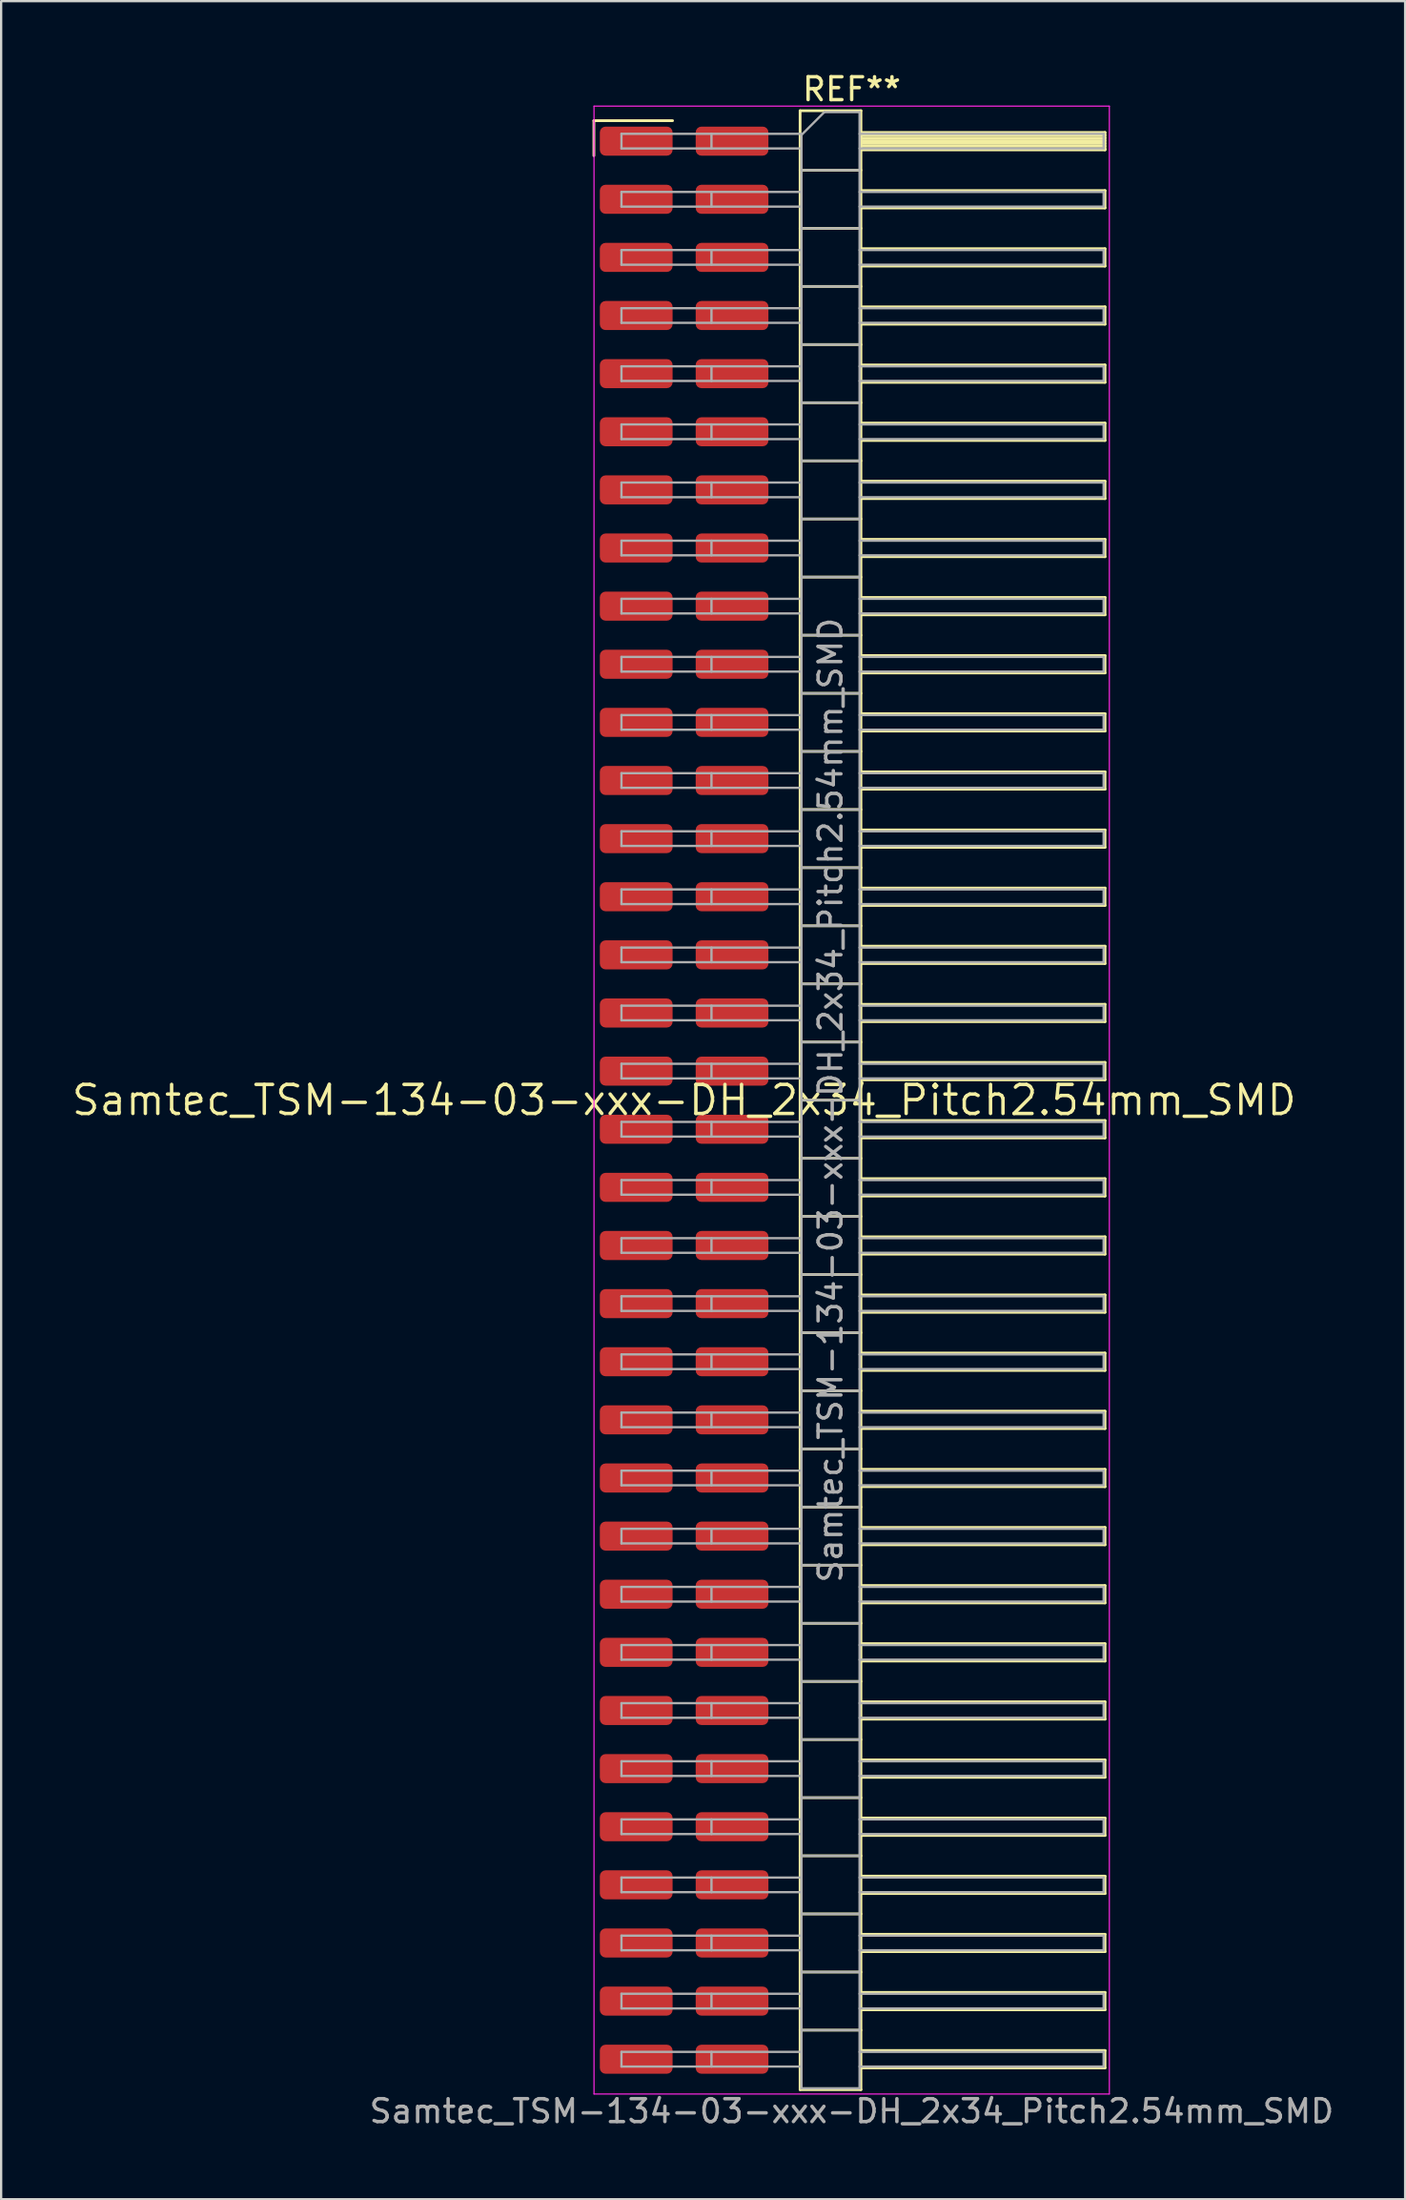
<source format=kicad_pcb>
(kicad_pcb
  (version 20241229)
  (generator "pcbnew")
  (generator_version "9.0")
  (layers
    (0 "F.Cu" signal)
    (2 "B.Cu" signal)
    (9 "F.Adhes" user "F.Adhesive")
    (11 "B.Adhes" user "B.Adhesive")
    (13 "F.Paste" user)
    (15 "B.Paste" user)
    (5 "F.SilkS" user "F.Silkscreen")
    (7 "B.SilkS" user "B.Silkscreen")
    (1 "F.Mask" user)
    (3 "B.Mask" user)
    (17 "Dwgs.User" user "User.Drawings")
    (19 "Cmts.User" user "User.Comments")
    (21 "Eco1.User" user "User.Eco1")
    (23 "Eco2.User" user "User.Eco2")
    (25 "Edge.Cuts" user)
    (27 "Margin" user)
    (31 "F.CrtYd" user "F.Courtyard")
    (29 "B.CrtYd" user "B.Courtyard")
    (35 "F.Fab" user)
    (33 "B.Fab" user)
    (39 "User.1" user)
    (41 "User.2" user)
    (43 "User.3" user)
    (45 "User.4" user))
  (footprint "Samtec_TSM-134-03-xxx-DH_2x34_Pitch2.54mm_SMD"
    (layer "F.Cu")
    (at 26.859 45.028)
    (property "Reference" "Samtec_TSM-134-03-xxx-DH_2x34_Pitch2.54mm_SMD" (at 0 0 0) (layer "F.SilkS") (effects (font (size 1.27 1.27) (thickness 0.15))))
    (attr smd)
    (fp_line (start -3.945 -42.805) (end -0.505 -42.805) (stroke (width 0.12) (type solid)) (layer "F.SilkS"))
    (fp_line (start -3.945 -41.275) (end -3.945 -42.805) (stroke (width 0.12) (type solid)) (layer "F.SilkS"))
    (fp_line (start 5.07 -43.24) (end 7.73 -43.24) (stroke (width 0.12) (type solid)) (layer "F.SilkS"))
    (fp_line (start 5.07 -40.64) (end 7.73 -40.64) (stroke (width 0.12) (type solid)) (layer "F.SilkS"))
    (fp_line (start 5.07 -38.1) (end 7.73 -38.1) (stroke (width 0.12) (type solid)) (layer "F.SilkS"))
    (fp_line (start 5.07 -35.56) (end 7.73 -35.56) (stroke (width 0.12) (type solid)) (layer "F.SilkS"))
    (fp_line (start 5.07 -33.02) (end 7.73 -33.02) (stroke (width 0.12) (type solid)) (layer "F.SilkS"))
    (fp_line (start 5.07 -30.48) (end 7.73 -30.48) (stroke (width 0.12) (type solid)) (layer "F.SilkS"))
    (fp_line (start 5.07 -27.94) (end 7.73 -27.94) (stroke (width 0.12) (type solid)) (layer "F.SilkS"))
    (fp_line (start 5.07 -25.4) (end 7.73 -25.4) (stroke (width 0.12) (type solid)) (layer "F.SilkS"))
    (fp_line (start 5.07 -22.86) (end 7.73 -22.86) (stroke (width 0.12) (type solid)) (layer "F.SilkS"))
    (fp_line (start 5.07 -20.32) (end 7.73 -20.32) (stroke (width 0.12) (type solid)) (layer "F.SilkS"))
    (fp_line (start 5.07 -17.78) (end 7.73 -17.78) (stroke (width 0.12) (type solid)) (layer "F.SilkS"))
    (fp_line (start 5.07 -15.24) (end 7.73 -15.24) (stroke (width 0.12) (type solid)) (layer "F.SilkS"))
    (fp_line (start 5.07 -12.7) (end 7.73 -12.7) (stroke (width 0.12) (type solid)) (layer "F.SilkS"))
    (fp_line (start 5.07 -10.16) (end 7.73 -10.16) (stroke (width 0.12) (type solid)) (layer "F.SilkS"))
    (fp_line (start 5.07 -7.62) (end 7.73 -7.62) (stroke (width 0.12) (type solid)) (layer "F.SilkS"))
    (fp_line (start 5.07 -5.08) (end 7.73 -5.08) (stroke (width 0.12) (type solid)) (layer "F.SilkS"))
    (fp_line (start 5.07 -2.54) (end 7.73 -2.54) (stroke (width 0.12) (type solid)) (layer "F.SilkS"))
    (fp_line (start 5.07 0) (end 7.73 0) (stroke (width 0.12) (type solid)) (layer "F.SilkS"))
    (fp_line (start 5.07 2.54) (end 7.73 2.54) (stroke (width 0.12) (type solid)) (layer "F.SilkS"))
    (fp_line (start 5.07 5.08) (end 7.73 5.08) (stroke (width 0.12) (type solid)) (layer "F.SilkS"))
    (fp_line (start 5.07 7.62) (end 7.73 7.62) (stroke (width 0.12) (type solid)) (layer "F.SilkS"))
    (fp_line (start 5.07 10.16) (end 7.73 10.16) (stroke (width 0.12) (type solid)) (layer "F.SilkS"))
    (fp_line (start 5.07 12.7) (end 7.73 12.7) (stroke (width 0.12) (type solid)) (layer "F.SilkS"))
    (fp_line (start 5.07 15.24) (end 7.73 15.24) (stroke (width 0.12) (type solid)) (layer "F.SilkS"))
    (fp_line (start 5.07 17.78) (end 7.73 17.78) (stroke (width 0.12) (type solid)) (layer "F.SilkS"))
    (fp_line (start 5.07 20.32) (end 7.73 20.32) (stroke (width 0.12) (type solid)) (layer "F.SilkS"))
    (fp_line (start 5.07 22.86) (end 7.73 22.86) (stroke (width 0.12) (type solid)) (layer "F.SilkS"))
    (fp_line (start 5.07 25.4) (end 7.73 25.4) (stroke (width 0.12) (type solid)) (layer "F.SilkS"))
    (fp_line (start 5.07 27.94) (end 7.73 27.94) (stroke (width 0.12) (type solid)) (layer "F.SilkS"))
    (fp_line (start 5.07 30.48) (end 7.73 30.48) (stroke (width 0.12) (type solid)) (layer "F.SilkS"))
    (fp_line (start 5.07 33.02) (end 7.73 33.02) (stroke (width 0.12) (type solid)) (layer "F.SilkS"))
    (fp_line (start 5.07 35.56) (end 7.73 35.56) (stroke (width 0.12) (type solid)) (layer "F.SilkS"))
    (fp_line (start 5.07 38.1) (end 7.73 38.1) (stroke (width 0.12) (type solid)) (layer "F.SilkS"))
    (fp_line (start 5.07 40.64) (end 7.73 40.64) (stroke (width 0.12) (type solid)) (layer "F.SilkS"))
    (fp_line (start 5.07 43.24) (end 5.07 -43.24) (stroke (width 0.12) (type solid)) (layer "F.SilkS"))
    (fp_line (start 7.73 -43.24) (end 7.73 43.24) (stroke (width 0.12) (type solid)) (layer "F.SilkS"))
    (fp_line (start 7.73 -42.29) (end 18.4 -42.29) (stroke (width 0.12) (type solid)) (layer "F.SilkS"))
    (fp_line (start 7.73 -42.17) (end 18.4 -42.17) (stroke (width 0.12) (type solid)) (layer "F.SilkS"))
    (fp_line (start 7.73 -42.05) (end 18.4 -42.05) (stroke (width 0.12) (type solid)) (layer "F.SilkS"))
    (fp_line (start 7.73 -41.93) (end 18.4 -41.93) (stroke (width 0.12) (type solid)) (layer "F.SilkS"))
    (fp_line (start 7.73 -41.81) (end 18.4 -41.81) (stroke (width 0.12) (type solid)) (layer "F.SilkS"))
    (fp_line (start 7.73 -41.69) (end 18.4 -41.69) (stroke (width 0.12) (type solid)) (layer "F.SilkS"))
    (fp_line (start 7.73 -41.57) (end 18.4 -41.57) (stroke (width 0.12) (type solid)) (layer "F.SilkS"))
    (fp_line (start 7.73 -41.53) (end 18.4 -41.53) (stroke (width 0.12) (type solid)) (layer "F.SilkS"))
    (fp_line (start 7.73 -39.75) (end 18.4 -39.75) (stroke (width 0.12) (type solid)) (layer "F.SilkS"))
    (fp_line (start 7.73 -38.99) (end 18.4 -38.99) (stroke (width 0.12) (type solid)) (layer "F.SilkS"))
    (fp_line (start 7.73 -37.21) (end 18.4 -37.21) (stroke (width 0.12) (type solid)) (layer "F.SilkS"))
    (fp_line (start 7.73 -36.45) (end 18.4 -36.45) (stroke (width 0.12) (type solid)) (layer "F.SilkS"))
    (fp_line (start 7.73 -34.67) (end 18.4 -34.67) (stroke (width 0.12) (type solid)) (layer "F.SilkS"))
    (fp_line (start 7.73 -33.91) (end 18.4 -33.91) (stroke (width 0.12) (type solid)) (layer "F.SilkS"))
    (fp_line (start 7.73 -32.13) (end 18.4 -32.13) (stroke (width 0.12) (type solid)) (layer "F.SilkS"))
    (fp_line (start 7.73 -31.37) (end 18.4 -31.37) (stroke (width 0.12) (type solid)) (layer "F.SilkS"))
    (fp_line (start 7.73 -29.59) (end 18.4 -29.59) (stroke (width 0.12) (type solid)) (layer "F.SilkS"))
    (fp_line (start 7.73 -28.83) (end 18.4 -28.83) (stroke (width 0.12) (type solid)) (layer "F.SilkS"))
    (fp_line (start 7.73 -27.05) (end 18.4 -27.05) (stroke (width 0.12) (type solid)) (layer "F.SilkS"))
    (fp_line (start 7.73 -26.29) (end 18.4 -26.29) (stroke (width 0.12) (type solid)) (layer "F.SilkS"))
    (fp_line (start 7.73 -24.51) (end 18.4 -24.51) (stroke (width 0.12) (type solid)) (layer "F.SilkS"))
    (fp_line (start 7.73 -23.75) (end 18.4 -23.75) (stroke (width 0.12) (type solid)) (layer "F.SilkS"))
    (fp_line (start 7.73 -21.97) (end 18.4 -21.97) (stroke (width 0.12) (type solid)) (layer "F.SilkS"))
    (fp_line (start 7.73 -21.21) (end 18.4 -21.21) (stroke (width 0.12) (type solid)) (layer "F.SilkS"))
    (fp_line (start 7.73 -19.43) (end 18.4 -19.43) (stroke (width 0.12) (type solid)) (layer "F.SilkS"))
    (fp_line (start 7.73 -18.67) (end 18.4 -18.67) (stroke (width 0.12) (type solid)) (layer "F.SilkS"))
    (fp_line (start 7.73 -16.89) (end 18.4 -16.89) (stroke (width 0.12) (type solid)) (layer "F.SilkS"))
    (fp_line (start 7.73 -16.13) (end 18.4 -16.13) (stroke (width 0.12) (type solid)) (layer "F.SilkS"))
    (fp_line (start 7.73 -14.35) (end 18.4 -14.35) (stroke (width 0.12) (type solid)) (layer "F.SilkS"))
    (fp_line (start 7.73 -13.59) (end 18.4 -13.59) (stroke (width 0.12) (type solid)) (layer "F.SilkS"))
    (fp_line (start 7.73 -11.81) (end 18.4 -11.81) (stroke (width 0.12) (type solid)) (layer "F.SilkS"))
    (fp_line (start 7.73 -11.05) (end 18.4 -11.05) (stroke (width 0.12) (type solid)) (layer "F.SilkS"))
    (fp_line (start 7.73 -9.27) (end 18.4 -9.27) (stroke (width 0.12) (type solid)) (layer "F.SilkS"))
    (fp_line (start 7.73 -8.51) (end 18.4 -8.51) (stroke (width 0.12) (type solid)) (layer "F.SilkS"))
    (fp_line (start 7.73 -6.73) (end 18.4 -6.73) (stroke (width 0.12) (type solid)) (layer "F.SilkS"))
    (fp_line (start 7.73 -5.97) (end 18.4 -5.97) (stroke (width 0.12) (type solid)) (layer "F.SilkS"))
    (fp_line (start 7.73 -4.19) (end 18.4 -4.19) (stroke (width 0.12) (type solid)) (layer "F.SilkS"))
    (fp_line (start 7.73 -3.43) (end 18.4 -3.43) (stroke (width 0.12) (type solid)) (layer "F.SilkS"))
    (fp_line (start 7.73 -1.65) (end 18.4 -1.65) (stroke (width 0.12) (type solid)) (layer "F.SilkS"))
    (fp_line (start 7.73 -0.89) (end 18.4 -0.89) (stroke (width 0.12) (type solid)) (layer "F.SilkS"))
    (fp_line (start 7.73 0.89) (end 18.4 0.89) (stroke (width 0.12) (type solid)) (layer "F.SilkS"))
    (fp_line (start 7.73 1.65) (end 18.4 1.65) (stroke (width 0.12) (type solid)) (layer "F.SilkS"))
    (fp_line (start 7.73 3.43) (end 18.4 3.43) (stroke (width 0.12) (type solid)) (layer "F.SilkS"))
    (fp_line (start 7.73 4.19) (end 18.4 4.19) (stroke (width 0.12) (type solid)) (layer "F.SilkS"))
    (fp_line (start 7.73 5.97) (end 18.4 5.97) (stroke (width 0.12) (type solid)) (layer "F.SilkS"))
    (fp_line (start 7.73 6.73) (end 18.4 6.73) (stroke (width 0.12) (type solid)) (layer "F.SilkS"))
    (fp_line (start 7.73 8.51) (end 18.4 8.51) (stroke (width 0.12) (type solid)) (layer "F.SilkS"))
    (fp_line (start 7.73 9.27) (end 18.4 9.27) (stroke (width 0.12) (type solid)) (layer "F.SilkS"))
    (fp_line (start 7.73 11.05) (end 18.4 11.05) (stroke (width 0.12) (type solid)) (layer "F.SilkS"))
    (fp_line (start 7.73 11.81) (end 18.4 11.81) (stroke (width 0.12) (type solid)) (layer "F.SilkS"))
    (fp_line (start 7.73 13.59) (end 18.4 13.59) (stroke (width 0.12) (type solid)) (layer "F.SilkS"))
    (fp_line (start 7.73 14.35) (end 18.4 14.35) (stroke (width 0.12) (type solid)) (layer "F.SilkS"))
    (fp_line (start 7.73 16.13) (end 18.4 16.13) (stroke (width 0.12) (type solid)) (layer "F.SilkS"))
    (fp_line (start 7.73 16.89) (end 18.4 16.89) (stroke (width 0.12) (type solid)) (layer "F.SilkS"))
    (fp_line (start 7.73 18.67) (end 18.4 18.67) (stroke (width 0.12) (type solid)) (layer "F.SilkS"))
    (fp_line (start 7.73 19.43) (end 18.4 19.43) (stroke (width 0.12) (type solid)) (layer "F.SilkS"))
    (fp_line (start 7.73 21.21) (end 18.4 21.21) (stroke (width 0.12) (type solid)) (layer "F.SilkS"))
    (fp_line (start 7.73 21.97) (end 18.4 21.97) (stroke (width 0.12) (type solid)) (layer "F.SilkS"))
    (fp_line (start 7.73 23.75) (end 18.4 23.75) (stroke (width 0.12) (type solid)) (layer "F.SilkS"))
    (fp_line (start 7.73 24.51) (end 18.4 24.51) (stroke (width 0.12) (type solid)) (layer "F.SilkS"))
    (fp_line (start 7.73 26.29) (end 18.4 26.29) (stroke (width 0.12) (type solid)) (layer "F.SilkS"))
    (fp_line (start 7.73 27.05) (end 18.4 27.05) (stroke (width 0.12) (type solid)) (layer "F.SilkS"))
    (fp_line (start 7.73 28.83) (end 18.4 28.83) (stroke (width 0.12) (type solid)) (layer "F.SilkS"))
    (fp_line (start 7.73 29.59) (end 18.4 29.59) (stroke (width 0.12) (type solid)) (layer "F.SilkS"))
    (fp_line (start 7.73 31.37) (end 18.4 31.37) (stroke (width 0.12) (type solid)) (layer "F.SilkS"))
    (fp_line (start 7.73 32.13) (end 18.4 32.13) (stroke (width 0.12) (type solid)) (layer "F.SilkS"))
    (fp_line (start 7.73 33.91) (end 18.4 33.91) (stroke (width 0.12) (type solid)) (layer "F.SilkS"))
    (fp_line (start 7.73 34.67) (end 18.4 34.67) (stroke (width 0.12) (type solid)) (layer "F.SilkS"))
    (fp_line (start 7.73 36.45) (end 18.4 36.45) (stroke (width 0.12) (type solid)) (layer "F.SilkS"))
    (fp_line (start 7.73 37.21) (end 18.4 37.21) (stroke (width 0.12) (type solid)) (layer "F.SilkS"))
    (fp_line (start 7.73 38.99) (end 18.4 38.99) (stroke (width 0.12) (type solid)) (layer "F.SilkS"))
    (fp_line (start 7.73 39.75) (end 18.4 39.75) (stroke (width 0.12) (type solid)) (layer "F.SilkS"))
    (fp_line (start 7.73 41.53) (end 18.4 41.53) (stroke (width 0.12) (type solid)) (layer "F.SilkS"))
    (fp_line (start 7.73 42.29) (end 18.4 42.29) (stroke (width 0.12) (type solid)) (layer "F.SilkS"))
    (fp_line (start 7.73 43.24) (end 5.07 43.24) (stroke (width 0.12) (type solid)) (layer "F.SilkS"))
    (fp_line (start 18.4 -42.29) (end 18.4 -41.53) (stroke (width 0.12) (type solid)) (layer "F.SilkS"))
    (fp_line (start 18.4 -39.75) (end 18.4 -38.99) (stroke (width 0.12) (type solid)) (layer "F.SilkS"))
    (fp_line (start 18.4 -37.21) (end 18.4 -36.45) (stroke (width 0.12) (type solid)) (layer "F.SilkS"))
    (fp_line (start 18.4 -34.67) (end 18.4 -33.91) (stroke (width 0.12) (type solid)) (layer "F.SilkS"))
    (fp_line (start 18.4 -32.13) (end 18.4 -31.37) (stroke (width 0.12) (type solid)) (layer "F.SilkS"))
    (fp_line (start 18.4 -29.59) (end 18.4 -28.83) (stroke (width 0.12) (type solid)) (layer "F.SilkS"))
    (fp_line (start 18.4 -27.05) (end 18.4 -26.29) (stroke (width 0.12) (type solid)) (layer "F.SilkS"))
    (fp_line (start 18.4 -24.51) (end 18.4 -23.75) (stroke (width 0.12) (type solid)) (layer "F.SilkS"))
    (fp_line (start 18.4 -21.97) (end 18.4 -21.21) (stroke (width 0.12) (type solid)) (layer "F.SilkS"))
    (fp_line (start 18.4 -19.43) (end 18.4 -18.67) (stroke (width 0.12) (type solid)) (layer "F.SilkS"))
    (fp_line (start 18.4 -16.89) (end 18.4 -16.13) (stroke (width 0.12) (type solid)) (layer "F.SilkS"))
    (fp_line (start 18.4 -14.35) (end 18.4 -13.59) (stroke (width 0.12) (type solid)) (layer "F.SilkS"))
    (fp_line (start 18.4 -11.81) (end 18.4 -11.05) (stroke (width 0.12) (type solid)) (layer "F.SilkS"))
    (fp_line (start 18.4 -9.27) (end 18.4 -8.51) (stroke (width 0.12) (type solid)) (layer "F.SilkS"))
    (fp_line (start 18.4 -6.73) (end 18.4 -5.97) (stroke (width 0.12) (type solid)) (layer "F.SilkS"))
    (fp_line (start 18.4 -4.19) (end 18.4 -3.43) (stroke (width 0.12) (type solid)) (layer "F.SilkS"))
    (fp_line (start 18.4 -1.65) (end 18.4 -0.89) (stroke (width 0.12) (type solid)) (layer "F.SilkS"))
    (fp_line (start 18.4 0.89) (end 18.4 1.65) (stroke (width 0.12) (type solid)) (layer "F.SilkS"))
    (fp_line (start 18.4 3.43) (end 18.4 4.19) (stroke (width 0.12) (type solid)) (layer "F.SilkS"))
    (fp_line (start 18.4 5.97) (end 18.4 6.73) (stroke (width 0.12) (type solid)) (layer "F.SilkS"))
    (fp_line (start 18.4 8.51) (end 18.4 9.27) (stroke (width 0.12) (type solid)) (layer "F.SilkS"))
    (fp_line (start 18.4 11.05) (end 18.4 11.81) (stroke (width 0.12) (type solid)) (layer "F.SilkS"))
    (fp_line (start 18.4 13.59) (end 18.4 14.35) (stroke (width 0.12) (type solid)) (layer "F.SilkS"))
    (fp_line (start 18.4 16.13) (end 18.4 16.89) (stroke (width 0.12) (type solid)) (layer "F.SilkS"))
    (fp_line (start 18.4 18.67) (end 18.4 19.43) (stroke (width 0.12) (type solid)) (layer "F.SilkS"))
    (fp_line (start 18.4 21.21) (end 18.4 21.97) (stroke (width 0.12) (type solid)) (layer "F.SilkS"))
    (fp_line (start 18.4 23.75) (end 18.4 24.51) (stroke (width 0.12) (type solid)) (layer "F.SilkS"))
    (fp_line (start 18.4 26.29) (end 18.4 27.05) (stroke (width 0.12) (type solid)) (layer "F.SilkS"))
    (fp_line (start 18.4 28.83) (end 18.4 29.59) (stroke (width 0.12) (type solid)) (layer "F.SilkS"))
    (fp_line (start 18.4 31.37) (end 18.4 32.13) (stroke (width 0.12) (type solid)) (layer "F.SilkS"))
    (fp_line (start 18.4 33.91) (end 18.4 34.67) (stroke (width 0.12) (type solid)) (layer "F.SilkS"))
    (fp_line (start 18.4 36.45) (end 18.4 37.21) (stroke (width 0.12) (type solid)) (layer "F.SilkS"))
    (fp_line (start 18.4 38.99) (end 18.4 39.75) (stroke (width 0.12) (type solid)) (layer "F.SilkS"))
    (fp_line (start 18.4 41.53) (end 18.4 42.29) (stroke (width 0.12) (type solid)) (layer "F.SilkS"))
    (fp_line (start -3.94 -43.44) (end 18.59 -43.44) (stroke (width 0.05) (type solid)) (layer "F.CrtYd"))
    (fp_line (start -3.94 43.43) (end -3.94 -43.44) (stroke (width 0.05) (type solid)) (layer "F.CrtYd"))
    (fp_line (start 18.59 -43.44) (end 18.59 43.43) (stroke (width 0.05) (type solid)) (layer "F.CrtYd"))
    (fp_line (start 18.59 43.43) (end -3.94 43.43) (stroke (width 0.05) (type solid)) (layer "F.CrtYd"))
    (fp_line (start -2.74 -42.23) (end -2.74 -41.59) (stroke (width 0.1) (type solid)) (layer "F.Fab"))
    (fp_line (start -2.74 -42.23) (end 5.13 -42.23) (stroke (width 0.1) (type solid)) (layer "F.Fab"))
    (fp_line (start -2.74 -41.59) (end 5.13 -41.59) (stroke (width 0.1) (type solid)) (layer "F.Fab"))
    (fp_line (start -2.74 -39.69) (end -2.74 -39.05) (stroke (width 0.1) (type solid)) (layer "F.Fab"))
    (fp_line (start -2.74 -39.69) (end 5.13 -39.69) (stroke (width 0.1) (type solid)) (layer "F.Fab"))
    (fp_line (start -2.74 -39.05) (end 5.13 -39.05) (stroke (width 0.1) (type solid)) (layer "F.Fab"))
    (fp_line (start -2.74 -37.15) (end -2.74 -36.51) (stroke (width 0.1) (type solid)) (layer "F.Fab"))
    (fp_line (start -2.74 -37.15) (end 5.13 -37.15) (stroke (width 0.1) (type solid)) (layer "F.Fab"))
    (fp_line (start -2.74 -36.51) (end 5.13 -36.51) (stroke (width 0.1) (type solid)) (layer "F.Fab"))
    (fp_line (start -2.74 -34.61) (end -2.74 -33.97) (stroke (width 0.1) (type solid)) (layer "F.Fab"))
    (fp_line (start -2.74 -34.61) (end 5.13 -34.61) (stroke (width 0.1) (type solid)) (layer "F.Fab"))
    (fp_line (start -2.74 -33.97) (end 5.13 -33.97) (stroke (width 0.1) (type solid)) (layer "F.Fab"))
    (fp_line (start -2.74 -32.07) (end -2.74 -31.43) (stroke (width 0.1) (type solid)) (layer "F.Fab"))
    (fp_line (start -2.74 -32.07) (end 5.13 -32.07) (stroke (width 0.1) (type solid)) (layer "F.Fab"))
    (fp_line (start -2.74 -31.43) (end 5.13 -31.43) (stroke (width 0.1) (type solid)) (layer "F.Fab"))
    (fp_line (start -2.74 -29.53) (end -2.74 -28.89) (stroke (width 0.1) (type solid)) (layer "F.Fab"))
    (fp_line (start -2.74 -29.53) (end 5.13 -29.53) (stroke (width 0.1) (type solid)) (layer "F.Fab"))
    (fp_line (start -2.74 -28.89) (end 5.13 -28.89) (stroke (width 0.1) (type solid)) (layer "F.Fab"))
    (fp_line (start -2.74 -26.99) (end -2.74 -26.35) (stroke (width 0.1) (type solid)) (layer "F.Fab"))
    (fp_line (start -2.74 -26.99) (end 5.13 -26.99) (stroke (width 0.1) (type solid)) (layer "F.Fab"))
    (fp_line (start -2.74 -26.35) (end 5.13 -26.35) (stroke (width 0.1) (type solid)) (layer "F.Fab"))
    (fp_line (start -2.74 -24.45) (end -2.74 -23.81) (stroke (width 0.1) (type solid)) (layer "F.Fab"))
    (fp_line (start -2.74 -24.45) (end 5.13 -24.45) (stroke (width 0.1) (type solid)) (layer "F.Fab"))
    (fp_line (start -2.74 -23.81) (end 5.13 -23.81) (stroke (width 0.1) (type solid)) (layer "F.Fab"))
    (fp_line (start -2.74 -21.91) (end -2.74 -21.27) (stroke (width 0.1) (type solid)) (layer "F.Fab"))
    (fp_line (start -2.74 -21.91) (end 5.13 -21.91) (stroke (width 0.1) (type solid)) (layer "F.Fab"))
    (fp_line (start -2.74 -21.27) (end 5.13 -21.27) (stroke (width 0.1) (type solid)) (layer "F.Fab"))
    (fp_line (start -2.74 -19.37) (end -2.74 -18.73) (stroke (width 0.1) (type solid)) (layer "F.Fab"))
    (fp_line (start -2.74 -19.37) (end 5.13 -19.37) (stroke (width 0.1) (type solid)) (layer "F.Fab"))
    (fp_line (start -2.74 -18.73) (end 5.13 -18.73) (stroke (width 0.1) (type solid)) (layer "F.Fab"))
    (fp_line (start -2.74 -16.83) (end -2.74 -16.19) (stroke (width 0.1) (type solid)) (layer "F.Fab"))
    (fp_line (start -2.74 -16.83) (end 5.13 -16.83) (stroke (width 0.1) (type solid)) (layer "F.Fab"))
    (fp_line (start -2.74 -16.19) (end 5.13 -16.19) (stroke (width 0.1) (type solid)) (layer "F.Fab"))
    (fp_line (start -2.74 -14.29) (end -2.74 -13.65) (stroke (width 0.1) (type solid)) (layer "F.Fab"))
    (fp_line (start -2.74 -14.29) (end 5.13 -14.29) (stroke (width 0.1) (type solid)) (layer "F.Fab"))
    (fp_line (start -2.74 -13.65) (end 5.13 -13.65) (stroke (width 0.1) (type solid)) (layer "F.Fab"))
    (fp_line (start -2.74 -11.75) (end -2.74 -11.11) (stroke (width 0.1) (type solid)) (layer "F.Fab"))
    (fp_line (start -2.74 -11.75) (end 5.13 -11.75) (stroke (width 0.1) (type solid)) (layer "F.Fab"))
    (fp_line (start -2.74 -11.11) (end 5.13 -11.11) (stroke (width 0.1) (type solid)) (layer "F.Fab"))
    (fp_line (start -2.74 -9.21) (end -2.74 -8.57) (stroke (width 0.1) (type solid)) (layer "F.Fab"))
    (fp_line (start -2.74 -9.21) (end 5.13 -9.21) (stroke (width 0.1) (type solid)) (layer "F.Fab"))
    (fp_line (start -2.74 -8.57) (end 5.13 -8.57) (stroke (width 0.1) (type solid)) (layer "F.Fab"))
    (fp_line (start -2.74 -6.67) (end -2.74 -6.03) (stroke (width 0.1) (type solid)) (layer "F.Fab"))
    (fp_line (start -2.74 -6.67) (end 5.13 -6.67) (stroke (width 0.1) (type solid)) (layer "F.Fab"))
    (fp_line (start -2.74 -6.03) (end 5.13 -6.03) (stroke (width 0.1) (type solid)) (layer "F.Fab"))
    (fp_line (start -2.74 -4.13) (end -2.74 -3.49) (stroke (width 0.1) (type solid)) (layer "F.Fab"))
    (fp_line (start -2.74 -4.13) (end 5.13 -4.13) (stroke (width 0.1) (type solid)) (layer "F.Fab"))
    (fp_line (start -2.74 -3.49) (end 5.13 -3.49) (stroke (width 0.1) (type solid)) (layer "F.Fab"))
    (fp_line (start -2.74 -1.59) (end -2.74 -0.95) (stroke (width 0.1) (type solid)) (layer "F.Fab"))
    (fp_line (start -2.74 -1.59) (end 5.13 -1.59) (stroke (width 0.1) (type solid)) (layer "F.Fab"))
    (fp_line (start -2.74 -0.95) (end 5.13 -0.95) (stroke (width 0.1) (type solid)) (layer "F.Fab"))
    (fp_line (start -2.74 0.95) (end -2.74 1.59) (stroke (width 0.1) (type solid)) (layer "F.Fab"))
    (fp_line (start -2.74 0.95) (end 5.13 0.95) (stroke (width 0.1) (type solid)) (layer "F.Fab"))
    (fp_line (start -2.74 1.59) (end 5.13 1.59) (stroke (width 0.1) (type solid)) (layer "F.Fab"))
    (fp_line (start -2.74 3.49) (end -2.74 4.13) (stroke (width 0.1) (type solid)) (layer "F.Fab"))
    (fp_line (start -2.74 3.49) (end 5.13 3.49) (stroke (width 0.1) (type solid)) (layer "F.Fab"))
    (fp_line (start -2.74 4.13) (end 5.13 4.13) (stroke (width 0.1) (type solid)) (layer "F.Fab"))
    (fp_line (start -2.74 6.03) (end -2.74 6.67) (stroke (width 0.1) (type solid)) (layer "F.Fab"))
    (fp_line (start -2.74 6.03) (end 5.13 6.03) (stroke (width 0.1) (type solid)) (layer "F.Fab"))
    (fp_line (start -2.74 6.67) (end 5.13 6.67) (stroke (width 0.1) (type solid)) (layer "F.Fab"))
    (fp_line (start -2.74 8.57) (end -2.74 9.21) (stroke (width 0.1) (type solid)) (layer "F.Fab"))
    (fp_line (start -2.74 8.57) (end 5.13 8.57) (stroke (width 0.1) (type solid)) (layer "F.Fab"))
    (fp_line (start -2.74 9.21) (end 5.13 9.21) (stroke (width 0.1) (type solid)) (layer "F.Fab"))
    (fp_line (start -2.74 11.11) (end -2.74 11.75) (stroke (width 0.1) (type solid)) (layer "F.Fab"))
    (fp_line (start -2.74 11.11) (end 5.13 11.11) (stroke (width 0.1) (type solid)) (layer "F.Fab"))
    (fp_line (start -2.74 11.75) (end 5.13 11.75) (stroke (width 0.1) (type solid)) (layer "F.Fab"))
    (fp_line (start -2.74 13.65) (end -2.74 14.29) (stroke (width 0.1) (type solid)) (layer "F.Fab"))
    (fp_line (start -2.74 13.65) (end 5.13 13.65) (stroke (width 0.1) (type solid)) (layer "F.Fab"))
    (fp_line (start -2.74 14.29) (end 5.13 14.29) (stroke (width 0.1) (type solid)) (layer "F.Fab"))
    (fp_line (start -2.74 16.19) (end -2.74 16.83) (stroke (width 0.1) (type solid)) (layer "F.Fab"))
    (fp_line (start -2.74 16.19) (end 5.13 16.19) (stroke (width 0.1) (type solid)) (layer "F.Fab"))
    (fp_line (start -2.74 16.83) (end 5.13 16.83) (stroke (width 0.1) (type solid)) (layer "F.Fab"))
    (fp_line (start -2.74 18.73) (end -2.74 19.37) (stroke (width 0.1) (type solid)) (layer "F.Fab"))
    (fp_line (start -2.74 18.73) (end 5.13 18.73) (stroke (width 0.1) (type solid)) (layer "F.Fab"))
    (fp_line (start -2.74 19.37) (end 5.13 19.37) (stroke (width 0.1) (type solid)) (layer "F.Fab"))
    (fp_line (start -2.74 21.27) (end -2.74 21.91) (stroke (width 0.1) (type solid)) (layer "F.Fab"))
    (fp_line (start -2.74 21.27) (end 5.13 21.27) (stroke (width 0.1) (type solid)) (layer "F.Fab"))
    (fp_line (start -2.74 21.91) (end 5.13 21.91) (stroke (width 0.1) (type solid)) (layer "F.Fab"))
    (fp_line (start -2.74 23.81) (end -2.74 24.45) (stroke (width 0.1) (type solid)) (layer "F.Fab"))
    (fp_line (start -2.74 23.81) (end 5.13 23.81) (stroke (width 0.1) (type solid)) (layer "F.Fab"))
    (fp_line (start -2.74 24.45) (end 5.13 24.45) (stroke (width 0.1) (type solid)) (layer "F.Fab"))
    (fp_line (start -2.74 26.35) (end -2.74 26.99) (stroke (width 0.1) (type solid)) (layer "F.Fab"))
    (fp_line (start -2.74 26.35) (end 5.13 26.35) (stroke (width 0.1) (type solid)) (layer "F.Fab"))
    (fp_line (start -2.74 26.99) (end 5.13 26.99) (stroke (width 0.1) (type solid)) (layer "F.Fab"))
    (fp_line (start -2.74 28.89) (end -2.74 29.53) (stroke (width 0.1) (type solid)) (layer "F.Fab"))
    (fp_line (start -2.74 28.89) (end 5.13 28.89) (stroke (width 0.1) (type solid)) (layer "F.Fab"))
    (fp_line (start -2.74 29.53) (end 5.13 29.53) (stroke (width 0.1) (type solid)) (layer "F.Fab"))
    (fp_line (start -2.74 31.43) (end -2.74 32.07) (stroke (width 0.1) (type solid)) (layer "F.Fab"))
    (fp_line (start -2.74 31.43) (end 5.13 31.43) (stroke (width 0.1) (type solid)) (layer "F.Fab"))
    (fp_line (start -2.74 32.07) (end 5.13 32.07) (stroke (width 0.1) (type solid)) (layer "F.Fab"))
    (fp_line (start -2.74 33.97) (end -2.74 34.61) (stroke (width 0.1) (type solid)) (layer "F.Fab"))
    (fp_line (start -2.74 33.97) (end 5.13 33.97) (stroke (width 0.1) (type solid)) (layer "F.Fab"))
    (fp_line (start -2.74 34.61) (end 5.13 34.61) (stroke (width 0.1) (type solid)) (layer "F.Fab"))
    (fp_line (start -2.74 36.51) (end -2.74 37.15) (stroke (width 0.1) (type solid)) (layer "F.Fab"))
    (fp_line (start -2.74 36.51) (end 5.13 36.51) (stroke (width 0.1) (type solid)) (layer "F.Fab"))
    (fp_line (start -2.74 37.15) (end 5.13 37.15) (stroke (width 0.1) (type solid)) (layer "F.Fab"))
    (fp_line (start -2.74 39.05) (end -2.74 39.69) (stroke (width 0.1) (type solid)) (layer "F.Fab"))
    (fp_line (start -2.74 39.05) (end 5.13 39.05) (stroke (width 0.1) (type solid)) (layer "F.Fab"))
    (fp_line (start -2.74 39.69) (end 5.13 39.69) (stroke (width 0.1) (type solid)) (layer "F.Fab"))
    (fp_line (start -2.74 41.59) (end -2.74 42.23) (stroke (width 0.1) (type solid)) (layer "F.Fab"))
    (fp_line (start -2.74 41.59) (end 5.13 41.59) (stroke (width 0.1) (type solid)) (layer "F.Fab"))
    (fp_line (start -2.74 42.23) (end 5.13 42.23) (stroke (width 0.1) (type solid)) (layer "F.Fab"))
    (fp_line (start 1.195 -42.23) (end 1.195 -41.59) (stroke (width 0.1) (type solid)) (layer "F.Fab"))
    (fp_line (start 1.195 -39.69) (end 1.195 -39.05) (stroke (width 0.1) (type solid)) (layer "F.Fab"))
    (fp_line (start 1.195 -37.15) (end 1.195 -36.51) (stroke (width 0.1) (type solid)) (layer "F.Fab"))
    (fp_line (start 1.195 -34.61) (end 1.195 -33.97) (stroke (width 0.1) (type solid)) (layer "F.Fab"))
    (fp_line (start 1.195 -32.07) (end 1.195 -31.43) (stroke (width 0.1) (type solid)) (layer "F.Fab"))
    (fp_line (start 1.195 -29.53) (end 1.195 -28.89) (stroke (width 0.1) (type solid)) (layer "F.Fab"))
    (fp_line (start 1.195 -26.99) (end 1.195 -26.35) (stroke (width 0.1) (type solid)) (layer "F.Fab"))
    (fp_line (start 1.195 -24.45) (end 1.195 -23.81) (stroke (width 0.1) (type solid)) (layer "F.Fab"))
    (fp_line (start 1.195 -21.91) (end 1.195 -21.27) (stroke (width 0.1) (type solid)) (layer "F.Fab"))
    (fp_line (start 1.195 -19.37) (end 1.195 -18.73) (stroke (width 0.1) (type solid)) (layer "F.Fab"))
    (fp_line (start 1.195 -16.83) (end 1.195 -16.19) (stroke (width 0.1) (type solid)) (layer "F.Fab"))
    (fp_line (start 1.195 -14.29) (end 1.195 -13.65) (stroke (width 0.1) (type solid)) (layer "F.Fab"))
    (fp_line (start 1.195 -11.75) (end 1.195 -11.11) (stroke (width 0.1) (type solid)) (layer "F.Fab"))
    (fp_line (start 1.195 -9.21) (end 1.195 -8.57) (stroke (width 0.1) (type solid)) (layer "F.Fab"))
    (fp_line (start 1.195 -6.67) (end 1.195 -6.03) (stroke (width 0.1) (type solid)) (layer "F.Fab"))
    (fp_line (start 1.195 -4.13) (end 1.195 -3.49) (stroke (width 0.1) (type solid)) (layer "F.Fab"))
    (fp_line (start 1.195 -1.59) (end 1.195 -0.95) (stroke (width 0.1) (type solid)) (layer "F.Fab"))
    (fp_line (start 1.195 0.95) (end 1.195 1.59) (stroke (width 0.1) (type solid)) (layer "F.Fab"))
    (fp_line (start 1.195 3.49) (end 1.195 4.13) (stroke (width 0.1) (type solid)) (layer "F.Fab"))
    (fp_line (start 1.195 6.03) (end 1.195 6.67) (stroke (width 0.1) (type solid)) (layer "F.Fab"))
    (fp_line (start 1.195 8.57) (end 1.195 9.21) (stroke (width 0.1) (type solid)) (layer "F.Fab"))
    (fp_line (start 1.195 11.11) (end 1.195 11.75) (stroke (width 0.1) (type solid)) (layer "F.Fab"))
    (fp_line (start 1.195 13.65) (end 1.195 14.29) (stroke (width 0.1) (type solid)) (layer "F.Fab"))
    (fp_line (start 1.195 16.19) (end 1.195 16.83) (stroke (width 0.1) (type solid)) (layer "F.Fab"))
    (fp_line (start 1.195 18.73) (end 1.195 19.37) (stroke (width 0.1) (type solid)) (layer "F.Fab"))
    (fp_line (start 1.195 21.27) (end 1.195 21.91) (stroke (width 0.1) (type solid)) (layer "F.Fab"))
    (fp_line (start 1.195 23.81) (end 1.195 24.45) (stroke (width 0.1) (type solid)) (layer "F.Fab"))
    (fp_line (start 1.195 26.35) (end 1.195 26.99) (stroke (width 0.1) (type solid)) (layer "F.Fab"))
    (fp_line (start 1.195 28.89) (end 1.195 29.53) (stroke (width 0.1) (type solid)) (layer "F.Fab"))
    (fp_line (start 1.195 31.43) (end 1.195 32.07) (stroke (width 0.1) (type solid)) (layer "F.Fab"))
    (fp_line (start 1.195 33.97) (end 1.195 34.61) (stroke (width 0.1) (type solid)) (layer "F.Fab"))
    (fp_line (start 1.195 36.51) (end 1.195 37.15) (stroke (width 0.1) (type solid)) (layer "F.Fab"))
    (fp_line (start 1.195 39.05) (end 1.195 39.69) (stroke (width 0.1) (type solid)) (layer "F.Fab"))
    (fp_line (start 1.195 41.59) (end 1.195 42.23) (stroke (width 0.1) (type solid)) (layer "F.Fab"))
    (fp_line (start 5.13 -42.18) (end 6.13 -43.18) (stroke (width 0.1) (type solid)) (layer "F.Fab"))
    (fp_line (start 5.13 -40.64) (end 7.67 -40.64) (stroke (width 0.1) (type solid)) (layer "F.Fab"))
    (fp_line (start 5.13 -38.1) (end 7.67 -38.1) (stroke (width 0.1) (type solid)) (layer "F.Fab"))
    (fp_line (start 5.13 -35.56) (end 7.67 -35.56) (stroke (width 0.1) (type solid)) (layer "F.Fab"))
    (fp_line (start 5.13 -33.02) (end 7.67 -33.02) (stroke (width 0.1) (type solid)) (layer "F.Fab"))
    (fp_line (start 5.13 -30.48) (end 7.67 -30.48) (stroke (width 0.1) (type solid)) (layer "F.Fab"))
    (fp_line (start 5.13 -27.94) (end 7.67 -27.94) (stroke (width 0.1) (type solid)) (layer "F.Fab"))
    (fp_line (start 5.13 -25.4) (end 7.67 -25.4) (stroke (width 0.1) (type solid)) (layer "F.Fab"))
    (fp_line (start 5.13 -22.86) (end 7.67 -22.86) (stroke (width 0.1) (type solid)) (layer "F.Fab"))
    (fp_line (start 5.13 -20.32) (end 7.67 -20.32) (stroke (width 0.1) (type solid)) (layer "F.Fab"))
    (fp_line (start 5.13 -17.78) (end 7.67 -17.78) (stroke (width 0.1) (type solid)) (layer "F.Fab"))
    (fp_line (start 5.13 -15.24) (end 7.67 -15.24) (stroke (width 0.1) (type solid)) (layer "F.Fab"))
    (fp_line (start 5.13 -12.7) (end 7.67 -12.7) (stroke (width 0.1) (type solid)) (layer "F.Fab"))
    (fp_line (start 5.13 -10.16) (end 7.67 -10.16) (stroke (width 0.1) (type solid)) (layer "F.Fab"))
    (fp_line (start 5.13 -7.62) (end 7.67 -7.62) (stroke (width 0.1) (type solid)) (layer "F.Fab"))
    (fp_line (start 5.13 -5.08) (end 7.67 -5.08) (stroke (width 0.1) (type solid)) (layer "F.Fab"))
    (fp_line (start 5.13 -2.54) (end 7.67 -2.54) (stroke (width 0.1) (type solid)) (layer "F.Fab"))
    (fp_line (start 5.13 0) (end 7.67 0) (stroke (width 0.1) (type solid)) (layer "F.Fab"))
    (fp_line (start 5.13 2.54) (end 7.67 2.54) (stroke (width 0.1) (type solid)) (layer "F.Fab"))
    (fp_line (start 5.13 5.08) (end 7.67 5.08) (stroke (width 0.1) (type solid)) (layer "F.Fab"))
    (fp_line (start 5.13 7.62) (end 7.67 7.62) (stroke (width 0.1) (type solid)) (layer "F.Fab"))
    (fp_line (start 5.13 10.16) (end 7.67 10.16) (stroke (width 0.1) (type solid)) (layer "F.Fab"))
    (fp_line (start 5.13 12.7) (end 7.67 12.7) (stroke (width 0.1) (type solid)) (layer "F.Fab"))
    (fp_line (start 5.13 15.24) (end 7.67 15.24) (stroke (width 0.1) (type solid)) (layer "F.Fab"))
    (fp_line (start 5.13 17.78) (end 7.67 17.78) (stroke (width 0.1) (type solid)) (layer "F.Fab"))
    (fp_line (start 5.13 20.32) (end 7.67 20.32) (stroke (width 0.1) (type solid)) (layer "F.Fab"))
    (fp_line (start 5.13 22.86) (end 7.67 22.86) (stroke (width 0.1) (type solid)) (layer "F.Fab"))
    (fp_line (start 5.13 25.4) (end 7.67 25.4) (stroke (width 0.1) (type solid)) (layer "F.Fab"))
    (fp_line (start 5.13 27.94) (end 7.67 27.94) (stroke (width 0.1) (type solid)) (layer "F.Fab"))
    (fp_line (start 5.13 30.48) (end 7.67 30.48) (stroke (width 0.1) (type solid)) (layer "F.Fab"))
    (fp_line (start 5.13 33.02) (end 7.67 33.02) (stroke (width 0.1) (type solid)) (layer "F.Fab"))
    (fp_line (start 5.13 35.56) (end 7.67 35.56) (stroke (width 0.1) (type solid)) (layer "F.Fab"))
    (fp_line (start 5.13 38.1) (end 7.67 38.1) (stroke (width 0.1) (type solid)) (layer "F.Fab"))
    (fp_line (start 5.13 40.64) (end 7.67 40.64) (stroke (width 0.1) (type solid)) (layer "F.Fab"))
    (fp_line (start 5.13 43.18) (end 5.13 -42.18) (stroke (width 0.1) (type solid)) (layer "F.Fab"))
    (fp_line (start 6.13 -43.18) (end 7.67 -43.18) (stroke (width 0.1) (type solid)) (layer "F.Fab"))
    (fp_line (start 7.67 -43.18) (end 7.67 43.18) (stroke (width 0.1) (type solid)) (layer "F.Fab"))
    (fp_line (start 7.67 -42.23) (end 18.34 -42.23) (stroke (width 0.1) (type solid)) (layer "F.Fab"))
    (fp_line (start 7.67 -41.59) (end 18.34 -41.59) (stroke (width 0.1) (type solid)) (layer "F.Fab"))
    (fp_line (start 7.67 -39.69) (end 18.34 -39.69) (stroke (width 0.1) (type solid)) (layer "F.Fab"))
    (fp_line (start 7.67 -39.05) (end 18.34 -39.05) (stroke (width 0.1) (type solid)) (layer "F.Fab"))
    (fp_line (start 7.67 -37.15) (end 18.34 -37.15) (stroke (width 0.1) (type solid)) (layer "F.Fab"))
    (fp_line (start 7.67 -36.51) (end 18.34 -36.51) (stroke (width 0.1) (type solid)) (layer "F.Fab"))
    (fp_line (start 7.67 -34.61) (end 18.34 -34.61) (stroke (width 0.1) (type solid)) (layer "F.Fab"))
    (fp_line (start 7.67 -33.97) (end 18.34 -33.97) (stroke (width 0.1) (type solid)) (layer "F.Fab"))
    (fp_line (start 7.67 -32.07) (end 18.34 -32.07) (stroke (width 0.1) (type solid)) (layer "F.Fab"))
    (fp_line (start 7.67 -31.43) (end 18.34 -31.43) (stroke (width 0.1) (type solid)) (layer "F.Fab"))
    (fp_line (start 7.67 -29.53) (end 18.34 -29.53) (stroke (width 0.1) (type solid)) (layer "F.Fab"))
    (fp_line (start 7.67 -28.89) (end 18.34 -28.89) (stroke (width 0.1) (type solid)) (layer "F.Fab"))
    (fp_line (start 7.67 -26.99) (end 18.34 -26.99) (stroke (width 0.1) (type solid)) (layer "F.Fab"))
    (fp_line (start 7.67 -26.35) (end 18.34 -26.35) (stroke (width 0.1) (type solid)) (layer "F.Fab"))
    (fp_line (start 7.67 -24.45) (end 18.34 -24.45) (stroke (width 0.1) (type solid)) (layer "F.Fab"))
    (fp_line (start 7.67 -23.81) (end 18.34 -23.81) (stroke (width 0.1) (type solid)) (layer "F.Fab"))
    (fp_line (start 7.67 -21.91) (end 18.34 -21.91) (stroke (width 0.1) (type solid)) (layer "F.Fab"))
    (fp_line (start 7.67 -21.27) (end 18.34 -21.27) (stroke (width 0.1) (type solid)) (layer "F.Fab"))
    (fp_line (start 7.67 -19.37) (end 18.34 -19.37) (stroke (width 0.1) (type solid)) (layer "F.Fab"))
    (fp_line (start 7.67 -18.73) (end 18.34 -18.73) (stroke (width 0.1) (type solid)) (layer "F.Fab"))
    (fp_line (start 7.67 -16.83) (end 18.34 -16.83) (stroke (width 0.1) (type solid)) (layer "F.Fab"))
    (fp_line (start 7.67 -16.19) (end 18.34 -16.19) (stroke (width 0.1) (type solid)) (layer "F.Fab"))
    (fp_line (start 7.67 -14.29) (end 18.34 -14.29) (stroke (width 0.1) (type solid)) (layer "F.Fab"))
    (fp_line (start 7.67 -13.65) (end 18.34 -13.65) (stroke (width 0.1) (type solid)) (layer "F.Fab"))
    (fp_line (start 7.67 -11.75) (end 18.34 -11.75) (stroke (width 0.1) (type solid)) (layer "F.Fab"))
    (fp_line (start 7.67 -11.11) (end 18.34 -11.11) (stroke (width 0.1) (type solid)) (layer "F.Fab"))
    (fp_line (start 7.67 -9.21) (end 18.34 -9.21) (stroke (width 0.1) (type solid)) (layer "F.Fab"))
    (fp_line (start 7.67 -8.57) (end 18.34 -8.57) (stroke (width 0.1) (type solid)) (layer "F.Fab"))
    (fp_line (start 7.67 -6.67) (end 18.34 -6.67) (stroke (width 0.1) (type solid)) (layer "F.Fab"))
    (fp_line (start 7.67 -6.03) (end 18.34 -6.03) (stroke (width 0.1) (type solid)) (layer "F.Fab"))
    (fp_line (start 7.67 -4.13) (end 18.34 -4.13) (stroke (width 0.1) (type solid)) (layer "F.Fab"))
    (fp_line (start 7.67 -3.49) (end 18.34 -3.49) (stroke (width 0.1) (type solid)) (layer "F.Fab"))
    (fp_line (start 7.67 -1.59) (end 18.34 -1.59) (stroke (width 0.1) (type solid)) (layer "F.Fab"))
    (fp_line (start 7.67 -0.95) (end 18.34 -0.95) (stroke (width 0.1) (type solid)) (layer "F.Fab"))
    (fp_line (start 7.67 0.95) (end 18.34 0.95) (stroke (width 0.1) (type solid)) (layer "F.Fab"))
    (fp_line (start 7.67 1.59) (end 18.34 1.59) (stroke (width 0.1) (type solid)) (layer "F.Fab"))
    (fp_line (start 7.67 3.49) (end 18.34 3.49) (stroke (width 0.1) (type solid)) (layer "F.Fab"))
    (fp_line (start 7.67 4.13) (end 18.34 4.13) (stroke (width 0.1) (type solid)) (layer "F.Fab"))
    (fp_line (start 7.67 6.03) (end 18.34 6.03) (stroke (width 0.1) (type solid)) (layer "F.Fab"))
    (fp_line (start 7.67 6.67) (end 18.34 6.67) (stroke (width 0.1) (type solid)) (layer "F.Fab"))
    (fp_line (start 7.67 8.57) (end 18.34 8.57) (stroke (width 0.1) (type solid)) (layer "F.Fab"))
    (fp_line (start 7.67 9.21) (end 18.34 9.21) (stroke (width 0.1) (type solid)) (layer "F.Fab"))
    (fp_line (start 7.67 11.11) (end 18.34 11.11) (stroke (width 0.1) (type solid)) (layer "F.Fab"))
    (fp_line (start 7.67 11.75) (end 18.34 11.75) (stroke (width 0.1) (type solid)) (layer "F.Fab"))
    (fp_line (start 7.67 13.65) (end 18.34 13.65) (stroke (width 0.1) (type solid)) (layer "F.Fab"))
    (fp_line (start 7.67 14.29) (end 18.34 14.29) (stroke (width 0.1) (type solid)) (layer "F.Fab"))
    (fp_line (start 7.67 16.19) (end 18.34 16.19) (stroke (width 0.1) (type solid)) (layer "F.Fab"))
    (fp_line (start 7.67 16.83) (end 18.34 16.83) (stroke (width 0.1) (type solid)) (layer "F.Fab"))
    (fp_line (start 7.67 18.73) (end 18.34 18.73) (stroke (width 0.1) (type solid)) (layer "F.Fab"))
    (fp_line (start 7.67 19.37) (end 18.34 19.37) (stroke (width 0.1) (type solid)) (layer "F.Fab"))
    (fp_line (start 7.67 21.27) (end 18.34 21.27) (stroke (width 0.1) (type solid)) (layer "F.Fab"))
    (fp_line (start 7.67 21.91) (end 18.34 21.91) (stroke (width 0.1) (type solid)) (layer "F.Fab"))
    (fp_line (start 7.67 23.81) (end 18.34 23.81) (stroke (width 0.1) (type solid)) (layer "F.Fab"))
    (fp_line (start 7.67 24.45) (end 18.34 24.45) (stroke (width 0.1) (type solid)) (layer "F.Fab"))
    (fp_line (start 7.67 26.35) (end 18.34 26.35) (stroke (width 0.1) (type solid)) (layer "F.Fab"))
    (fp_line (start 7.67 26.99) (end 18.34 26.99) (stroke (width 0.1) (type solid)) (layer "F.Fab"))
    (fp_line (start 7.67 28.89) (end 18.34 28.89) (stroke (width 0.1) (type solid)) (layer "F.Fab"))
    (fp_line (start 7.67 29.53) (end 18.34 29.53) (stroke (width 0.1) (type solid)) (layer "F.Fab"))
    (fp_line (start 7.67 31.43) (end 18.34 31.43) (stroke (width 0.1) (type solid)) (layer "F.Fab"))
    (fp_line (start 7.67 32.07) (end 18.34 32.07) (stroke (width 0.1) (type solid)) (layer "F.Fab"))
    (fp_line (start 7.67 33.97) (end 18.34 33.97) (stroke (width 0.1) (type solid)) (layer "F.Fab"))
    (fp_line (start 7.67 34.61) (end 18.34 34.61) (stroke (width 0.1) (type solid)) (layer "F.Fab"))
    (fp_line (start 7.67 36.51) (end 18.34 36.51) (stroke (width 0.1) (type solid)) (layer "F.Fab"))
    (fp_line (start 7.67 37.15) (end 18.34 37.15) (stroke (width 0.1) (type solid)) (layer "F.Fab"))
    (fp_line (start 7.67 39.05) (end 18.34 39.05) (stroke (width 0.1) (type solid)) (layer "F.Fab"))
    (fp_line (start 7.67 39.69) (end 18.34 39.69) (stroke (width 0.1) (type solid)) (layer "F.Fab"))
    (fp_line (start 7.67 41.59) (end 18.34 41.59) (stroke (width 0.1) (type solid)) (layer "F.Fab"))
    (fp_line (start 7.67 42.23) (end 18.34 42.23) (stroke (width 0.1) (type solid)) (layer "F.Fab"))
    (fp_line (start 7.67 43.18) (end 5.13 43.18) (stroke (width 0.1) (type solid)) (layer "F.Fab"))
    (fp_line (start 18.34 -42.23) (end 18.34 -41.59) (stroke (width 0.1) (type solid)) (layer "F.Fab"))
    (fp_line (start 18.34 -39.69) (end 18.34 -39.05) (stroke (width 0.1) (type solid)) (layer "F.Fab"))
    (fp_line (start 18.34 -37.15) (end 18.34 -36.51) (stroke (width 0.1) (type solid)) (layer "F.Fab"))
    (fp_line (start 18.34 -34.61) (end 18.34 -33.97) (stroke (width 0.1) (type solid)) (layer "F.Fab"))
    (fp_line (start 18.34 -32.07) (end 18.34 -31.43) (stroke (width 0.1) (type solid)) (layer "F.Fab"))
    (fp_line (start 18.34 -29.53) (end 18.34 -28.89) (stroke (width 0.1) (type solid)) (layer "F.Fab"))
    (fp_line (start 18.34 -26.99) (end 18.34 -26.35) (stroke (width 0.1) (type solid)) (layer "F.Fab"))
    (fp_line (start 18.34 -24.45) (end 18.34 -23.81) (stroke (width 0.1) (type solid)) (layer "F.Fab"))
    (fp_line (start 18.34 -21.91) (end 18.34 -21.27) (stroke (width 0.1) (type solid)) (layer "F.Fab"))
    (fp_line (start 18.34 -19.37) (end 18.34 -18.73) (stroke (width 0.1) (type solid)) (layer "F.Fab"))
    (fp_line (start 18.34 -16.83) (end 18.34 -16.19) (stroke (width 0.1) (type solid)) (layer "F.Fab"))
    (fp_line (start 18.34 -14.29) (end 18.34 -13.65) (stroke (width 0.1) (type solid)) (layer "F.Fab"))
    (fp_line (start 18.34 -11.75) (end 18.34 -11.11) (stroke (width 0.1) (type solid)) (layer "F.Fab"))
    (fp_line (start 18.34 -9.21) (end 18.34 -8.57) (stroke (width 0.1) (type solid)) (layer "F.Fab"))
    (fp_line (start 18.34 -6.67) (end 18.34 -6.03) (stroke (width 0.1) (type solid)) (layer "F.Fab"))
    (fp_line (start 18.34 -4.13) (end 18.34 -3.49) (stroke (width 0.1) (type solid)) (layer "F.Fab"))
    (fp_line (start 18.34 -1.59) (end 18.34 -0.95) (stroke (width 0.1) (type solid)) (layer "F.Fab"))
    (fp_line (start 18.34 0.95) (end 18.34 1.59) (stroke (width 0.1) (type solid)) (layer "F.Fab"))
    (fp_line (start 18.34 3.49) (end 18.34 4.13) (stroke (width 0.1) (type solid)) (layer "F.Fab"))
    (fp_line (start 18.34 6.03) (end 18.34 6.67) (stroke (width 0.1) (type solid)) (layer "F.Fab"))
    (fp_line (start 18.34 8.57) (end 18.34 9.21) (stroke (width 0.1) (type solid)) (layer "F.Fab"))
    (fp_line (start 18.34 11.11) (end 18.34 11.75) (stroke (width 0.1) (type solid)) (layer "F.Fab"))
    (fp_line (start 18.34 13.65) (end 18.34 14.29) (stroke (width 0.1) (type solid)) (layer "F.Fab"))
    (fp_line (start 18.34 16.19) (end 18.34 16.83) (stroke (width 0.1) (type solid)) (layer "F.Fab"))
    (fp_line (start 18.34 18.73) (end 18.34 19.37) (stroke (width 0.1) (type solid)) (layer "F.Fab"))
    (fp_line (start 18.34 21.27) (end 18.34 21.91) (stroke (width 0.1) (type solid)) (layer "F.Fab"))
    (fp_line (start 18.34 23.81) (end 18.34 24.45) (stroke (width 0.1) (type solid)) (layer "F.Fab"))
    (fp_line (start 18.34 26.35) (end 18.34 26.99) (stroke (width 0.1) (type solid)) (layer "F.Fab"))
    (fp_line (start 18.34 28.89) (end 18.34 29.53) (stroke (width 0.1) (type solid)) (layer "F.Fab"))
    (fp_line (start 18.34 31.43) (end 18.34 32.07) (stroke (width 0.1) (type solid)) (layer "F.Fab"))
    (fp_line (start 18.34 33.97) (end 18.34 34.61) (stroke (width 0.1) (type solid)) (layer "F.Fab"))
    (fp_line (start 18.34 36.51) (end 18.34 37.15) (stroke (width 0.1) (type solid)) (layer "F.Fab"))
    (fp_line (start 18.34 39.05) (end 18.34 39.69) (stroke (width 0.1) (type solid)) (layer "F.Fab"))
    (fp_line (start 18.34 41.59) (end 18.34 42.23) (stroke (width 0.1) (type solid)) (layer "F.Fab"))
    (fp_text user "REF**" (at 7.325 -44.18 0) (layer "F.SilkS") (effects (font (size 1 1) (thickness 0.15))))
    (fp_text user "Samtec_TSM-134-03-xxx-DH_2x34_Pitch2.54mm_SMD" (at 7.325 44.18 0) (layer "F.Fab") (effects (font (size 1 1) (thickness 0.15))))
    (fp_text user "${REFERENCE}" (at 6.4 0 90) (layer "F.Fab") (effects (font (size 1 1) (thickness 0.15))))
    (pad "1" smd roundrect (at -2.095 -41.91) (size 3.18 1.27) (layers "F.Cu" "F.Mask" "F.Paste") (roundrect_rratio 0.197))
    (pad "2" smd roundrect (at 2.095 -41.91) (size 3.18 1.27) (layers "F.Cu" "F.Mask" "F.Paste") (roundrect_rratio 0.197))
    (pad "3" smd roundrect (at -2.095 -39.37) (size 3.18 1.27) (layers "F.Cu" "F.Mask" "F.Paste") (roundrect_rratio 0.197))
    (pad "4" smd roundrect (at 2.095 -39.37) (size 3.18 1.27) (layers "F.Cu" "F.Mask" "F.Paste") (roundrect_rratio 0.197))
    (pad "5" smd roundrect (at -2.095 -36.83) (size 3.18 1.27) (layers "F.Cu" "F.Mask" "F.Paste") (roundrect_rratio 0.197))
    (pad "6" smd roundrect (at 2.095 -36.83) (size 3.18 1.27) (layers "F.Cu" "F.Mask" "F.Paste") (roundrect_rratio 0.197))
    (pad "7" smd roundrect (at -2.095 -34.29) (size 3.18 1.27) (layers "F.Cu" "F.Mask" "F.Paste") (roundrect_rratio 0.197))
    (pad "8" smd roundrect (at 2.095 -34.29) (size 3.18 1.27) (layers "F.Cu" "F.Mask" "F.Paste") (roundrect_rratio 0.197))
    (pad "9" smd roundrect (at -2.095 -31.75) (size 3.18 1.27) (layers "F.Cu" "F.Mask" "F.Paste") (roundrect_rratio 0.197))
    (pad "10" smd roundrect (at 2.095 -31.75) (size 3.18 1.27) (layers "F.Cu" "F.Mask" "F.Paste") (roundrect_rratio 0.197))
    (pad "11" smd roundrect (at -2.095 -29.21) (size 3.18 1.27) (layers "F.Cu" "F.Mask" "F.Paste") (roundrect_rratio 0.197))
    (pad "12" smd roundrect (at 2.095 -29.21) (size 3.18 1.27) (layers "F.Cu" "F.Mask" "F.Paste") (roundrect_rratio 0.197))
    (pad "13" smd roundrect (at -2.095 -26.67) (size 3.18 1.27) (layers "F.Cu" "F.Mask" "F.Paste") (roundrect_rratio 0.197))
    (pad "14" smd roundrect (at 2.095 -26.67) (size 3.18 1.27) (layers "F.Cu" "F.Mask" "F.Paste") (roundrect_rratio 0.197))
    (pad "15" smd roundrect (at -2.095 -24.13) (size 3.18 1.27) (layers "F.Cu" "F.Mask" "F.Paste") (roundrect_rratio 0.197))
    (pad "16" smd roundrect (at 2.095 -24.13) (size 3.18 1.27) (layers "F.Cu" "F.Mask" "F.Paste") (roundrect_rratio 0.197))
    (pad "17" smd roundrect (at -2.095 -21.59) (size 3.18 1.27) (layers "F.Cu" "F.Mask" "F.Paste") (roundrect_rratio 0.197))
    (pad "18" smd roundrect (at 2.095 -21.59) (size 3.18 1.27) (layers "F.Cu" "F.Mask" "F.Paste") (roundrect_rratio 0.197))
    (pad "19" smd roundrect (at -2.095 -19.05) (size 3.18 1.27) (layers "F.Cu" "F.Mask" "F.Paste") (roundrect_rratio 0.197))
    (pad "20" smd roundrect (at 2.095 -19.05) (size 3.18 1.27) (layers "F.Cu" "F.Mask" "F.Paste") (roundrect_rratio 0.197))
    (pad "21" smd roundrect (at -2.095 -16.51) (size 3.18 1.27) (layers "F.Cu" "F.Mask" "F.Paste") (roundrect_rratio 0.197))
    (pad "22" smd roundrect (at 2.095 -16.51) (size 3.18 1.27) (layers "F.Cu" "F.Mask" "F.Paste") (roundrect_rratio 0.197))
    (pad "23" smd roundrect (at -2.095 -13.97) (size 3.18 1.27) (layers "F.Cu" "F.Mask" "F.Paste") (roundrect_rratio 0.197))
    (pad "24" smd roundrect (at 2.095 -13.97) (size 3.18 1.27) (layers "F.Cu" "F.Mask" "F.Paste") (roundrect_rratio 0.197))
    (pad "25" smd roundrect (at -2.095 -11.43) (size 3.18 1.27) (layers "F.Cu" "F.Mask" "F.Paste") (roundrect_rratio 0.197))
    (pad "26" smd roundrect (at 2.095 -11.43) (size 3.18 1.27) (layers "F.Cu" "F.Mask" "F.Paste") (roundrect_rratio 0.197))
    (pad "27" smd roundrect (at -2.095 -8.89) (size 3.18 1.27) (layers "F.Cu" "F.Mask" "F.Paste") (roundrect_rratio 0.197))
    (pad "28" smd roundrect (at 2.095 -8.89) (size 3.18 1.27) (layers "F.Cu" "F.Mask" "F.Paste") (roundrect_rratio 0.197))
    (pad "29" smd roundrect (at -2.095 -6.35) (size 3.18 1.27) (layers "F.Cu" "F.Mask" "F.Paste") (roundrect_rratio 0.197))
    (pad "30" smd roundrect (at 2.095 -6.35) (size 3.18 1.27) (layers "F.Cu" "F.Mask" "F.Paste") (roundrect_rratio 0.197))
    (pad "31" smd roundrect (at -2.095 -3.81) (size 3.18 1.27) (layers "F.Cu" "F.Mask" "F.Paste") (roundrect_rratio 0.197))
    (pad "32" smd roundrect (at 2.095 -3.81) (size 3.18 1.27) (layers "F.Cu" "F.Mask" "F.Paste") (roundrect_rratio 0.197))
    (pad "33" smd roundrect (at -2.095 -1.27) (size 3.18 1.27) (layers "F.Cu" "F.Mask" "F.Paste") (roundrect_rratio 0.197))
    (pad "34" smd roundrect (at 2.095 -1.27) (size 3.18 1.27) (layers "F.Cu" "F.Mask" "F.Paste") (roundrect_rratio 0.197))
    (pad "35" smd roundrect (at -2.095 1.27) (size 3.18 1.27) (layers "F.Cu" "F.Mask" "F.Paste") (roundrect_rratio 0.197))
    (pad "36" smd roundrect (at 2.095 1.27) (size 3.18 1.27) (layers "F.Cu" "F.Mask" "F.Paste") (roundrect_rratio 0.197))
    (pad "37" smd roundrect (at -2.095 3.81) (size 3.18 1.27) (layers "F.Cu" "F.Mask" "F.Paste") (roundrect_rratio 0.197))
    (pad "38" smd roundrect (at 2.095 3.81) (size 3.18 1.27) (layers "F.Cu" "F.Mask" "F.Paste") (roundrect_rratio 0.197))
    (pad "39" smd roundrect (at -2.095 6.35) (size 3.18 1.27) (layers "F.Cu" "F.Mask" "F.Paste") (roundrect_rratio 0.197))
    (pad "40" smd roundrect (at 2.095 6.35) (size 3.18 1.27) (layers "F.Cu" "F.Mask" "F.Paste") (roundrect_rratio 0.197))
    (pad "41" smd roundrect (at -2.095 8.89) (size 3.18 1.27) (layers "F.Cu" "F.Mask" "F.Paste") (roundrect_rratio 0.197))
    (pad "42" smd roundrect (at 2.095 8.89) (size 3.18 1.27) (layers "F.Cu" "F.Mask" "F.Paste") (roundrect_rratio 0.197))
    (pad "43" smd roundrect (at -2.095 11.43) (size 3.18 1.27) (layers "F.Cu" "F.Mask" "F.Paste") (roundrect_rratio 0.197))
    (pad "44" smd roundrect (at 2.095 11.43) (size 3.18 1.27) (layers "F.Cu" "F.Mask" "F.Paste") (roundrect_rratio 0.197))
    (pad "45" smd roundrect (at -2.095 13.97) (size 3.18 1.27) (layers "F.Cu" "F.Mask" "F.Paste") (roundrect_rratio 0.197))
    (pad "46" smd roundrect (at 2.095 13.97) (size 3.18 1.27) (layers "F.Cu" "F.Mask" "F.Paste") (roundrect_rratio 0.197))
    (pad "47" smd roundrect (at -2.095 16.51) (size 3.18 1.27) (layers "F.Cu" "F.Mask" "F.Paste") (roundrect_rratio 0.197))
    (pad "48" smd roundrect (at 2.095 16.51) (size 3.18 1.27) (layers "F.Cu" "F.Mask" "F.Paste") (roundrect_rratio 0.197))
    (pad "49" smd roundrect (at -2.095 19.05) (size 3.18 1.27) (layers "F.Cu" "F.Mask" "F.Paste") (roundrect_rratio 0.197))
    (pad "50" smd roundrect (at 2.095 19.05) (size 3.18 1.27) (layers "F.Cu" "F.Mask" "F.Paste") (roundrect_rratio 0.197))
    (pad "51" smd roundrect (at -2.095 21.59) (size 3.18 1.27) (layers "F.Cu" "F.Mask" "F.Paste") (roundrect_rratio 0.197))
    (pad "52" smd roundrect (at 2.095 21.59) (size 3.18 1.27) (layers "F.Cu" "F.Mask" "F.Paste") (roundrect_rratio 0.197))
    (pad "53" smd roundrect (at -2.095 24.13) (size 3.18 1.27) (layers "F.Cu" "F.Mask" "F.Paste") (roundrect_rratio 0.197))
    (pad "54" smd roundrect (at 2.095 24.13) (size 3.18 1.27) (layers "F.Cu" "F.Mask" "F.Paste") (roundrect_rratio 0.197))
    (pad "55" smd roundrect (at -2.095 26.67) (size 3.18 1.27) (layers "F.Cu" "F.Mask" "F.Paste") (roundrect_rratio 0.197))
    (pad "56" smd roundrect (at 2.095 26.67) (size 3.18 1.27) (layers "F.Cu" "F.Mask" "F.Paste") (roundrect_rratio 0.197))
    (pad "57" smd roundrect (at -2.095 29.21) (size 3.18 1.27) (layers "F.Cu" "F.Mask" "F.Paste") (roundrect_rratio 0.197))
    (pad "58" smd roundrect (at 2.095 29.21) (size 3.18 1.27) (layers "F.Cu" "F.Mask" "F.Paste") (roundrect_rratio 0.197))
    (pad "59" smd roundrect (at -2.095 31.75) (size 3.18 1.27) (layers "F.Cu" "F.Mask" "F.Paste") (roundrect_rratio 0.197))
    (pad "60" smd roundrect (at 2.095 31.75) (size 3.18 1.27) (layers "F.Cu" "F.Mask" "F.Paste") (roundrect_rratio 0.197))
    (pad "61" smd roundrect (at -2.095 34.29) (size 3.18 1.27) (layers "F.Cu" "F.Mask" "F.Paste") (roundrect_rratio 0.197))
    (pad "62" smd roundrect (at 2.095 34.29) (size 3.18 1.27) (layers "F.Cu" "F.Mask" "F.Paste") (roundrect_rratio 0.197))
    (pad "63" smd roundrect (at -2.095 36.83) (size 3.18 1.27) (layers "F.Cu" "F.Mask" "F.Paste") (roundrect_rratio 0.197))
    (pad "64" smd roundrect (at 2.095 36.83) (size 3.18 1.27) (layers "F.Cu" "F.Mask" "F.Paste") (roundrect_rratio 0.197))
    (pad "65" smd roundrect (at -2.095 39.37) (size 3.18 1.27) (layers "F.Cu" "F.Mask" "F.Paste") (roundrect_rratio 0.197))
    (pad "66" smd roundrect (at 2.095 39.37) (size 3.18 1.27) (layers "F.Cu" "F.Mask" "F.Paste") (roundrect_rratio 0.197))
    (pad "67" smd roundrect (at -2.095 41.91) (size 3.18 1.27) (layers "F.Cu" "F.Mask" "F.Paste") (roundrect_rratio 0.197))
    (pad "68" smd roundrect (at 2.095 41.91) (size 3.18 1.27) (layers "F.Cu" "F.Mask" "F.Paste") (roundrect_rratio 0.197)))
  (gr_rect
    (start -3 -3)
    (end 58.38 93.056)
    (stroke (width 0.1) (type default))
    (fill no)
    (layer "Edge.Cuts")))
</source>
